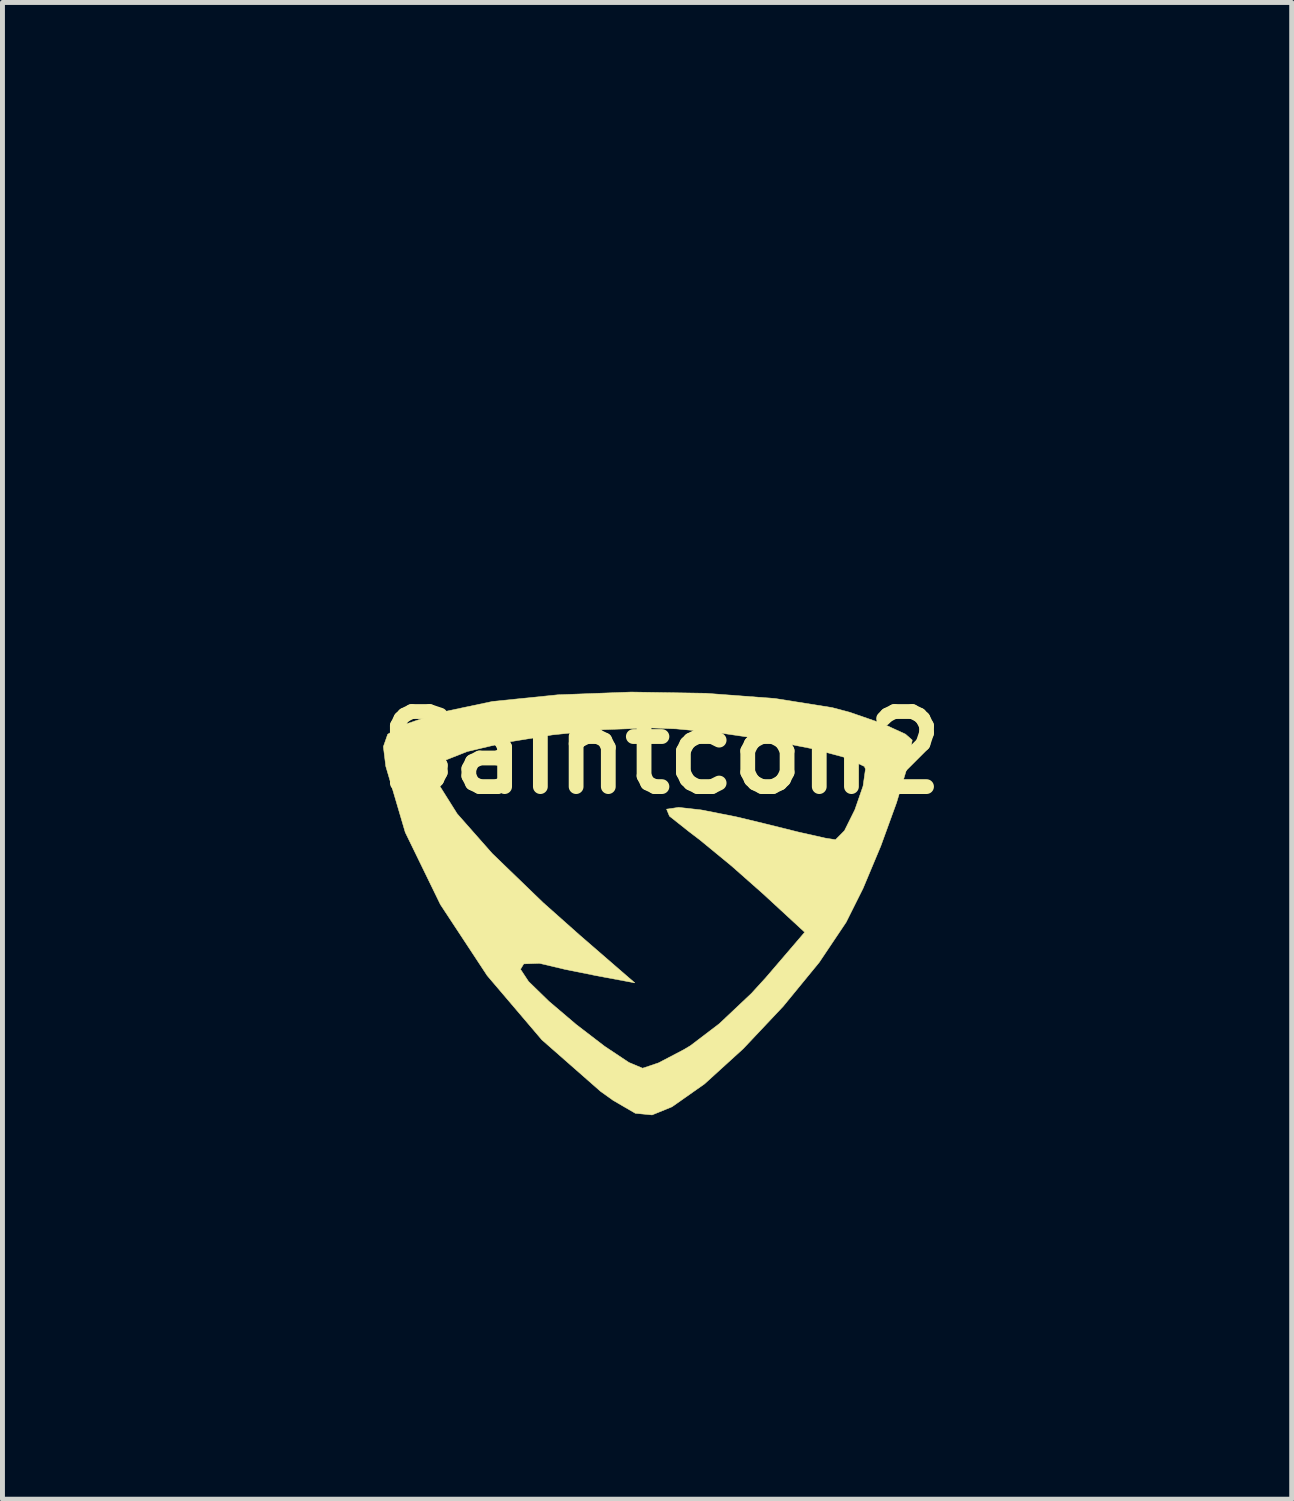
<source format=kicad_pcb>
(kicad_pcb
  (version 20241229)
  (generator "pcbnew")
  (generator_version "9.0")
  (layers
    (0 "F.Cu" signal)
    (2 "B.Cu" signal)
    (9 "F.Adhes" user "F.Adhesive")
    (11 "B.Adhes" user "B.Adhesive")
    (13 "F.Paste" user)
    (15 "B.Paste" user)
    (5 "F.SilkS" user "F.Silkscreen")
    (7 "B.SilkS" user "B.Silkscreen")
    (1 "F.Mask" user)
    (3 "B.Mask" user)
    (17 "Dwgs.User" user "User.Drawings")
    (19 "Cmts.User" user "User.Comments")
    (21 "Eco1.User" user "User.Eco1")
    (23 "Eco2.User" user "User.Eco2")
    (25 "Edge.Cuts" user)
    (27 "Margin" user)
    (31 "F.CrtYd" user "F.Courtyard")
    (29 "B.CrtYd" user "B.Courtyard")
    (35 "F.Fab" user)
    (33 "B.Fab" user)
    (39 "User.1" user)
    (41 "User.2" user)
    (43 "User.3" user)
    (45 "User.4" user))
  (footprint "Saintcon2"
    (layer "F.Cu")
    (at 10.385 12.226)
    (property "Reference" "Saintcon2" (at 0 0 0) (layer "F.SilkS") (effects (font (size 1.524 1.524) (thickness 0.3))))
    (attr through_hole)
    (fp_poly (pts (xy -4.818 5.396) (xy -3.999 6.372) (xy -2.984 7.362) (xy -2.225 7.985) (xy -0.663 9.155) (xy -0.663 10.651) (xy -0.692 11.525) (xy -0.787 12.008) (xy -0.944 12.148) (xy -1.261 12.043) (xy -1.839 11.766) (xy -2.56 11.374) (xy -2.655 11.32) (xy -3.991 10.4) (xy -5.351 9.21) (xy -6.62 7.867) (xy -7.682 6.493) (xy -8.241 5.572) (xy -8.629 4.834) (xy -7.73 4.834) (xy -7.598 5.176) (xy -7.247 5.756) (xy -6.747 6.478) (xy -6.169 7.244) (xy -5.583 7.958) (xy -5.058 8.523) (xy -5.04 8.542) (xy -4.299 9.192) (xy -3.419 9.877) (xy -2.871 10.258) (xy -1.657 11.054) (xy -1.586 10.238) (xy -1.623 9.545) (xy -1.841 9.239) (xy -2.709 8.644) (xy -3.679 7.809) (xy -4.613 6.861) (xy -5.324 5.996) (xy -5.862 5.293) (xy -6.265 4.886) (xy -6.628 4.698) (xy -7.013 4.651) (xy -7.501 4.695) (xy -7.728 4.819) (xy -7.73 4.834) (xy -8.629 4.834) (xy -9.08 3.976) (xy -5.848 3.976) (xy -4.818 5.396)) (stroke (width 0.01) (type solid)) (fill yes) (layer "F.Mask"))
    (fp_poly (pts (xy 7.556 3.991) (xy 8.13 4.03) (xy 8.388 4.086) (xy 8.393 4.095) (xy 8.301 4.346) (xy 8.068 4.846) (xy 7.921 5.139) (xy 6.926 6.751) (xy 5.633 8.337) (xy 4.155 9.782) (xy 2.601 10.97) (xy 1.782 11.459) (xy 1.106 11.81) (xy 0.591 12.058) (xy 0.356 12.148) (xy 0.267 11.953) (xy 0.222 11.476) (xy 0.221 11.375) (xy 0.301 10.787) (xy 0.534 10.602) (xy 0.866 10.74) (xy 0.924 10.834) (xy 1.13 10.838) (xy 1.602 10.633) (xy 2.242 10.263) (xy 2.323 10.211) (xy 3.305 9.47) (xy 4.369 8.496) (xy 5.396 7.412) (xy 6.268 6.341) (xy 6.798 5.537) (xy 7.302 4.638) (xy 6.467 4.639) (xy 5.938 4.682) (xy 5.566 4.879) (xy 5.201 5.329) (xy 5.022 5.605) (xy 4.523 6.275) (xy 3.843 7.039) (xy 3.255 7.616) (xy 2.534 8.266) (xy 1.822 8.909) (xy 1.35 9.335) (xy 0.822 9.75) (xy 0.457 9.861) (xy 0.245 9.784) (xy -0.08 9.42) (xy 0.024 9.03) (xy 0.549 8.641) (xy 0.672 8.58) (xy 1.528 8.054) (xy 2.489 7.268) (xy 3.429 6.341) (xy 4.223 5.391) (xy 4.449 5.065) (xy 5.154 3.976) (xy 6.774 3.976) (xy 7.556 3.991)) (stroke (width 0.01) (type solid)) (fill yes) (layer "F.Mask"))
    (fp_poly (pts (xy -0.331 -12.221) (xy 1.071 -12.106) (xy 2.229 -11.743) (xy 3.297 -11.072) (xy 3.776 -10.667) (xy 4.705 -9.644) (xy 5.305 -8.507) (xy 5.629 -7.141) (xy 5.697 -6.442) (xy 5.803 -4.823) (xy 7.79 -3.912) (xy 9.778 -3.002) (xy 9.647 -1.225) (xy 9.536 -0.188) (xy 9.367 0.853) (xy 9.176 1.681) (xy 9.167 1.712) (xy 8.818 2.871) (xy 7.28 2.871) (xy 6.52 2.86) (xy 5.971 2.832) (xy 5.744 2.792) (xy 5.743 2.789) (xy 5.812 2.551) (xy 5.986 2.042) (xy 6.095 1.74) (xy 6.303 0.952) (xy 6.451 -0.005) (xy 6.491 -0.552) (xy 6.534 -1.297) (xy 6.625 -1.708) (xy 6.806 -1.893) (xy 7.024 -1.948) (xy 7.485 -1.853) (xy 7.691 -1.469) (xy 7.594 -0.897) (xy 7.557 -0.813) (xy 7.348 -0.235) (xy 7.207 0.361) (xy 7.069 1.076) (xy 6.94 1.647) (xy 6.873 2.044) (xy 7.024 2.188) (xy 7.498 2.173) (xy 7.537 2.17) (xy 8.007 2.084) (xy 8.275 1.859) (xy 8.459 1.369) (xy 8.527 1.104) (xy 8.689 0.289) (xy 8.828 -0.679) (xy 8.878 -1.174) (xy 8.984 -2.459) (xy 7.69 -3.113) (xy 6.812 -3.496) (xy 5.71 -3.891) (xy 4.511 -4.261) (xy 3.341 -4.57) (xy 2.327 -4.781) (xy 1.601 -4.859) (xy 1.106 -4.814) (xy 0.913 -4.596) (xy 0.883 -4.201) (xy 0.902 -3.854) (xy 1.015 -3.626) (xy 1.309 -3.472) (xy 1.87 -3.346) (xy 2.761 -3.206) (xy 3.854 -2.998) (xy 4.786 -2.735) (xy 5.481 -2.448) (xy 5.861 -2.166) (xy 5.905 -2.01) (xy 5.681 -1.747) (xy 5.509 -1.739) (xy 5.146 -1.835) (xy 4.494 -2.007) (xy 3.69 -2.22) (xy 3.644 -2.232) (xy 2.713 -2.444) (xy 1.802 -2.594) (xy 1.16 -2.647) (xy 0.221 -2.65) (xy 0.221 -5.774) (xy 1.436 -5.623) (xy 2.128 -5.546) (xy 2.49 -5.563) (xy 2.628 -5.714) (xy 2.65 -6.036) (xy 2.65 -6.056) (xy 2.451 -7.13) (xy 1.905 -8.037) (xy 1.09 -8.697) (xy 0.084 -9.03) (xy -0.287 -9.055) (xy -1.425 -8.872) (xy -2.31 -8.33) (xy -2.926 -7.447) (xy -3.23 -6.395) (xy -3.378 -5.471) (xy -2.02 -5.628) (xy -0.663 -5.786) (xy -0.663 -4.352) (xy -0.692 -3.493) (xy -0.829 -2.985) (xy -1.151 -2.736) (xy -1.734 -2.655) (xy -2.092 -2.65) (xy -2.758 -2.578) (xy -3.653 -2.387) (xy -4.655 -2.114) (xy -5.639 -1.797) (xy -6.485 -1.474) (xy -7.068 -1.182) (xy -7.199 -1.084) (xy -7.687 -0.792) (xy -8.027 -0.79) (xy -8.31 -1.07) (xy -8.383 -1.476) (xy -8.229 -1.8) (xy -8.117 -1.856) (xy -7.79 -1.957) (xy -7.161 -2.16) (xy -6.348 -2.425) (xy -6.074 -2.515) (xy -5.038 -2.822) (xy -3.959 -3.085) (xy -3.053 -3.252) (xy -2.982 -3.261) (xy -2.248 -3.363) (xy -1.845 -3.485) (xy -1.663 -3.697) (xy -1.595 -4.066) (xy -1.587 -4.141) (xy -1.579 -4.634) (xy -1.755 -4.827) (xy -2.139 -4.858) (xy -2.907 -4.779) (xy -3.952 -4.569) (xy -5.146 -4.263) (xy -6.356 -3.897) (xy -7.453 -3.506) (xy -8.007 -3.271) (xy -9.497 -2.585) (xy -9.476 -1.348) (xy -9.413 -0.389) (xy -9.277 0.609) (xy -9.2 0.994) (xy -9.024 1.65) (xy -8.827 1.989) (xy -8.51 2.13) (xy -8.227 2.167) (xy -7.783 2.179) (xy -7.566 2.045) (xy -7.542 1.677) (xy -7.676 0.986) (xy -7.709 0.842) (xy -7.8 0.272) (xy -7.707 -0.015) (xy -7.562 -0.102) (xy -7.355 -0.182) (xy -7.227 -0.156) (xy -7.12 0.065) (xy -6.979 0.572) (xy -6.868 0.994) (xy -6.678 1.71) (xy -6.519 2.293) (xy -6.465 2.485) (xy -6.455 2.687) (xy -6.625 2.804) (xy -7.061 2.858) (xy -7.848 2.871) (xy -7.917 2.871) (xy -9.48 2.871) (xy -9.726 1.959) (xy -9.985 0.84) (xy -10.199 -0.377) (xy -10.339 -1.506) (xy -10.38 -2.233) (xy -10.363 -2.623) (xy -10.26 -2.906) (xy -9.991 -3.153) (xy -9.477 -3.436) (xy -8.641 -3.826) (xy -8.622 -3.834) (xy -7.805 -4.197) (xy -7.132 -4.474) (xy -6.709 -4.624) (xy -6.635 -4.638) (xy -6.506 -4.842) (xy -6.425 -5.383) (xy -6.416 -5.632) (xy -5.711 -5.632) (xy -5.694 -5.252) (xy -5.566 -5.104) (xy -5.382 -5.083) (xy -4.901 -5.169) (xy -4.727 -5.249) (xy -4.546 -5.552) (xy -4.381 -6.12) (xy -4.335 -6.37) (xy -3.936 -7.78) (xy -3.232 -8.885) (xy -2.355 -9.598) (xy -1.152 -10.077) (xy 0.056 -10.156) (xy 1.198 -9.87) (xy 2.205 -9.256) (xy 3.007 -8.348) (xy 3.535 -7.183) (xy 3.676 -6.508) (xy 3.832 -5.716) (xy 4.077 -5.277) (xy 4.477 -5.1) (xy 4.724 -5.083) (xy 4.955 -5.126) (xy 5.062 -5.328) (xy 5.07 -5.79) (xy 5.025 -6.366) (xy 4.697 -7.89) (xy 4.038 -9.208) (xy 3.098 -10.27) (xy 1.928 -11.028) (xy 0.578 -11.431) (xy -0.159 -11.484) (xy -1.521 -11.365) (xy -2.65 -10.975) (xy -3.698 -10.259) (xy -3.812 -10.161) (xy -4.627 -9.291) (xy -5.179 -8.3) (xy -5.524 -7.067) (xy -5.635 -6.346) (xy -5.711 -5.632) (xy -6.416 -5.632) (xy -6.405 -5.924) (xy -6.206 -7.625) (xy -5.624 -9.134) (xy -4.682 -10.415) (xy -3.403 -11.428) (xy -3.012 -11.646) (xy -2.233 -11.991) (xy -1.482 -12.168) (xy -0.546 -12.221) (xy -0.331 -12.221)) (stroke (width 0.01) (type solid)) (fill yes) (layer "F.Mask"))
    (fp_poly (pts (xy 0.891 -1.205) (xy 2.296 -1.099) (xy 3.456 -0.914) (xy 3.81 -0.82) (xy 4.482 -0.587) (xy 4.942 -0.376) (xy 5.08 -0.255) (xy 4.992 0.249) (xy 4.763 1.012) (xy 4.443 1.893) (xy 4.082 2.755) (xy 3.738 3.443) (xy 3.192 4.257) (xy 2.461 5.149) (xy 1.65 6.009) (xy 0.864 6.724) (xy 0.21 7.184) (xy 0.191 7.194) (xy -0.2 7.353) (xy -0.54 7.32) (xy -0.99 7.058) (xy -1.246 6.875) (xy -2.437 5.829) (xy -3.546 4.526) (xy -4.496 3.083) (xy -5.21 1.617) (xy -5.604 0.28) (xy -5.606 0.268) (xy -4.557 0.268) (xy -4.533 0.641) (xy -4.156 1.241) (xy -3.443 2.049) (xy -2.409 3.047) (xy -1.655 3.717) (xy -0.552 4.672) (xy -1.325 4.528) (xy -1.965 4.399) (xy -2.464 4.281) (xy -2.485 4.276) (xy -2.805 4.287) (xy -2.871 4.397) (xy -2.708 4.644) (xy -2.293 5.048) (xy -1.74 5.518) (xy -1.161 5.962) (xy -0.671 6.288) (xy -0.393 6.405) (xy -0.07 6.297) (xy 0.442 6.029) (xy 0.578 5.948) (xy 1.164 5.502) (xy 1.815 4.888) (xy 2.108 4.567) (xy 2.898 3.645) (xy 2.056 2.868) (xy 1.412 2.299) (xy 0.771 1.772) (xy 0.552 1.605) (xy 0.153 1.289) (xy 0.094 1.147) (xy 0.34 1.111) (xy 0.795 1.162) (xy 1.497 1.3) (xy 2.063 1.436) (xy 2.775 1.613) (xy 3.313 1.734) (xy 3.523 1.767) (xy 3.705 1.583) (xy 3.916 1.158) (xy 4.082 0.679) (xy 4.131 0.333) (xy 4.109 0.28) (xy 3.748 0.107) (xy 3.067 -0.077) (xy 2.183 -0.251) (xy 1.218 -0.394) (xy 0.29 -0.483) (xy -0.221 -0.502) (xy -1.202 -0.466) (xy -2.222 -0.361) (xy -3.175 -0.207) (xy -3.954 -0.022) (xy -4.45 0.174) (xy -4.557 0.268) (xy -5.606 0.268) (xy -5.654 -0.121) (xy -5.566 -0.373) (xy -5.251 -0.562) (xy -4.618 -0.775) (xy -4.466 -0.822) (xy -3.439 -1.039) (xy -2.113 -1.174) (xy -0.624 -1.23) (xy 0.891 -1.205)) (stroke (width 0.01) (type solid)) (fill yes) (layer "F.SilkS")))
  (gr_rect
    (start -3 -3)
    (end 23.167 27.379)
    (stroke (width 0.1) (type default))
    (fill no)
    (layer "Edge.Cuts")))
</source>
